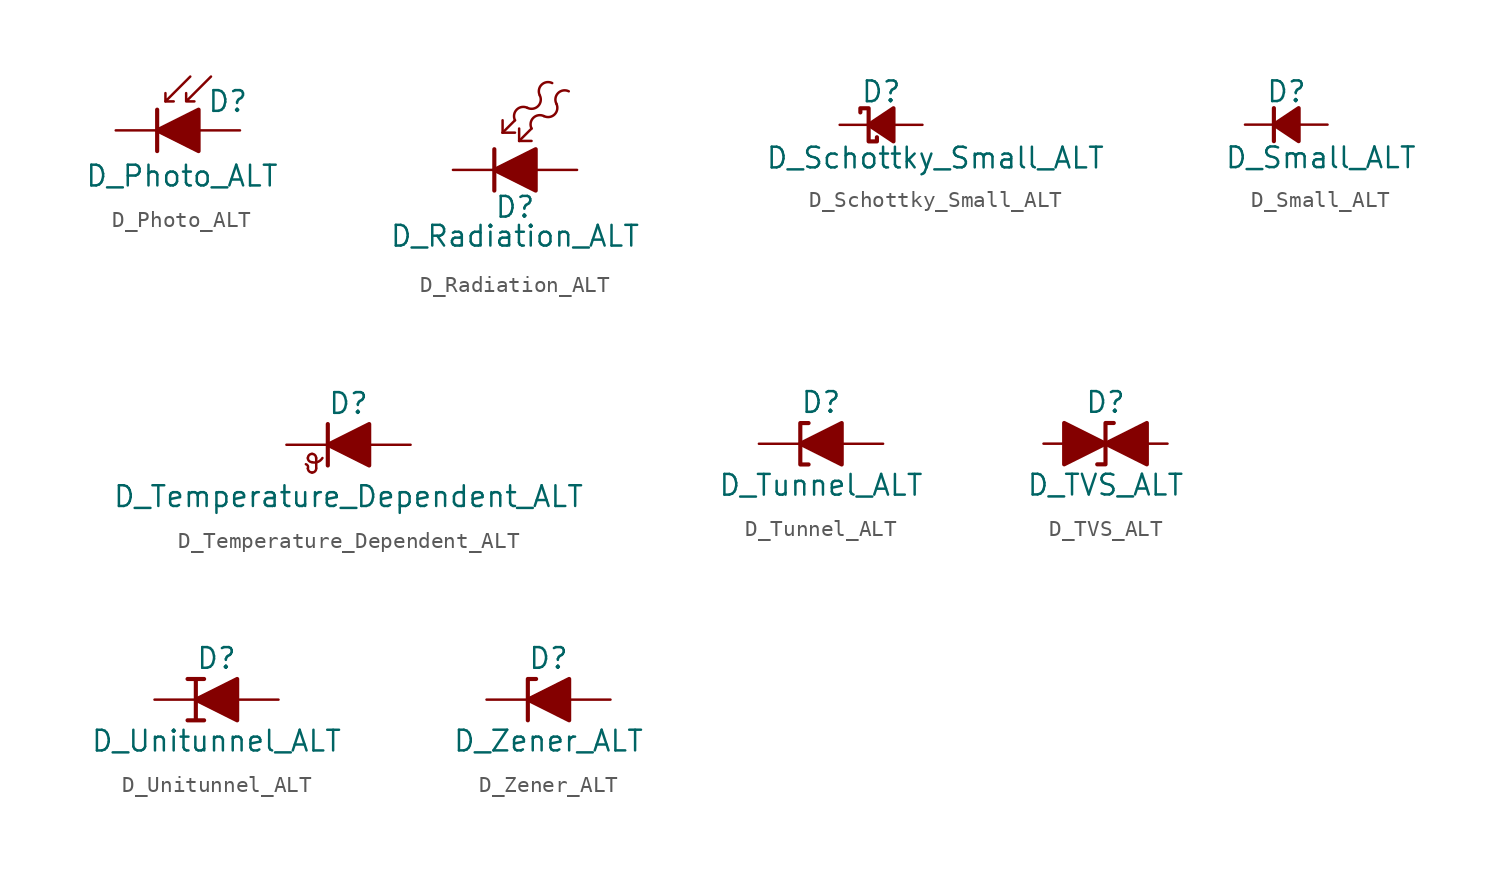
<source format=kicad_sym>
(kicad_symbol_lib
  (version 20211014)
  (generator kicad_symbol_editor)
  (symbol "D_Photo_ALT"
    (pin_numbers hide)
    (pin_names hide)
    (property "Reference" "D"
      (at 0.508 1.778 0)
      (effects (font (size 1.27 1.27)) (justify left)))
    (property "Value" "D_Photo_ALT"
      (at -1.016 -2.794 0)
      (effects (font (size 1.27 1.27))))
    (symbol "D_Photo_ALT_0_1"
      (polyline (pts (xy -2.54 1.27) (xy -2.54 -1.27)) (stroke (width 0.254) (type default) (color 0 0 0 0)) (fill (type none)))
      (polyline (pts (xy -2.032 1.778) (xy -1.524 1.778)) (stroke (width 0) (type default) (color 0 0 0 0)) (fill (type none)))
      (polyline (pts (xy 0 0) (xy -2.54 0)) (stroke (width 0) (type default) (color 0 0 0 0)) (fill (type none)))
      (polyline (pts (xy -0.508 3.302) (xy -2.032 1.778) (xy -2.032 2.286)) (stroke (width 0) (type default) (color 0 0 0 0)) (fill (type none)))
      (polyline (pts (xy 0 -1.27) (xy 0 1.27) (xy -2.54 0) (xy 0 -1.27)) (stroke (width 0.254) (type default) (color 0 0 0 0)) (fill (type outline)))
      (polyline (pts (xy 0.762 3.302) (xy -0.762 1.778) (xy -0.762 2.286) (xy -0.762 1.778) (xy -0.254 1.778)) (stroke (width 0) (type default) (color 0 0 0 0)) (fill (type none))))
    (symbol "D_Photo_ALT_1_1"
      (pin passive line (at -5.08 0 0) (length 2.54) (name "K" (effects (font (size 1.27 1.27)))) (number "1" (effects (font (size 1.27 1.27)))))
      (pin passive line (at 2.54 0 180) (length 2.54) (name "A" (effects (font (size 1.27 1.27)))) (number "2" (effects (font (size 1.27 1.27)))))))
  (symbol "D_Radiation_ALT"
    (pin_numbers hide)
    (pin_names
      (offset 1.016) hide)
    (property "Reference" "D"
      (at -1.27 -2.286 0)
      (effects (font (size 1.27 1.27))))
    (property "Value" "D_Radiation_ALT"
      (at -1.27 -4.064 0)
      (effects (font (size 1.27 1.27))))
    (symbol "D_Radiation_ALT_0_1"
      (arc (start -0.508 3.81) (mid -1.1636 3.7036) (end -1.27 3.048) (stroke (width 0) (type default) (color 0 0 0 0)) (fill (type none)))
      (arc (start -0.508 3.81) (mid 0.1476 3.9164) (end 0.254 4.572) (stroke (width 0) (type default) (color 0 0 0 0)) (fill (type none)))
      (polyline (pts (xy -2.54 1.27) (xy -2.54 -1.27)) (stroke (width 0.254) (type default) (color 0 0 0 0)) (fill (type none)))
      (polyline (pts (xy -2.032 2.286) (xy -1.27 2.286)) (stroke (width 0) (type default) (color 0 0 0 0)) (fill (type none)))
      (polyline (pts (xy -2.032 2.286) (xy -1.27 3.048)) (stroke (width 0) (type default) (color 0 0 0 0)) (fill (type none)))
      (polyline (pts (xy -2.032 3.048) (xy -2.032 2.286)) (stroke (width 0) (type default) (color 0 0 0 0)) (fill (type none)))
      (polyline (pts (xy -1.016 1.778) (xy -0.254 1.778)) (stroke (width 0) (type default) (color 0 0 0 0)) (fill (type none)))
      (polyline (pts (xy -1.016 1.778) (xy -0.254 2.54)) (stroke (width 0) (type default) (color 0 0 0 0)) (fill (type none)))
      (polyline (pts (xy -1.016 2.54) (xy -1.016 1.778)) (stroke (width 0) (type default) (color 0 0 0 0)) (fill (type none)))
      (polyline (pts (xy 0 0) (xy -2.54 0)) (stroke (width 0) (type default) (color 0 0 0 0)) (fill (type none)))
      (polyline (pts (xy 0 1.27) (xy 0 -1.27) (xy -2.54 0) (xy 0 1.27)) (stroke (width 0.254) (type default) (color 0 0 0 0)) (fill (type outline)))
      (arc (start 0.508 3.302) (mid -0.1476 3.1956) (end -0.254 2.54) (stroke (width 0) (type default) (color 0 0 0 0)) (fill (type none)))
      (arc (start 0.508 3.302) (mid 1.1636 3.4084) (end 1.27 4.064) (stroke (width 0) (type default) (color 0 0 0 0)) (fill (type none)))
      (arc (start 1.016 5.334) (mid 0.3604 5.2276) (end 0.254 4.572) (stroke (width 0) (type default) (color 0 0 0 0)) (fill (type none)))
      (arc (start 2.032 4.826) (mid 1.3764 4.7196) (end 1.27 4.064) (stroke (width 0) (type default) (color 0 0 0 0)) (fill (type none))))
    (symbol "D_Radiation_ALT_1_1"
      (pin passive line (at -5.08 0 0) (length 2.54) (name "K" (effects (font (size 1.27 1.27)))) (number "1" (effects (font (size 1.27 1.27)))))
      (pin passive line (at 2.54 0 180) (length 2.54) (name "A" (effects (font (size 1.27 1.27)))) (number "2" (effects (font (size 1.27 1.27)))))))
  (symbol "D_Schottky_Small_ALT"
    (pin_numbers hide)
    (pin_names
      (offset 0.254) hide)
    (property "Reference" "D"
      (at -1.27 2.032 0)
      (effects (font (size 1.27 1.27)) (justify left)))
    (property "Value" "D_Schottky_Small_ALT"
      (at -7.112 -2.032 0)
      (effects (font (size 1.27 1.27)) (justify left)))
    (symbol "D_Schottky_Small_ALT_0_1"
      (polyline (pts (xy -0.762 0) (xy 0.762 0)) (stroke (width 0) (type default) (color 0 0 0 0)) (fill (type none)))
      (polyline (pts (xy 0.762 -1.016) (xy -0.762 0) (xy 0.762 1.016) (xy 0.762 -1.016)) (stroke (width 0.254) (type default) (color 0 0 0 0)) (fill (type outline)))
      (polyline (pts (xy -1.27 0.762) (xy -1.27 1.016) (xy -0.762 1.016) (xy -0.762 -1.016) (xy -0.254 -1.016) (xy -0.254 -0.762)) (stroke (width 0.254) (type default) (color 0 0 0 0)) (fill (type none))))
    (symbol "D_Schottky_Small_ALT_1_1"
      (pin passive line (at -2.54 0 0) (length 1.778) (name "K" (effects (font (size 1.27 1.27)))) (number "1" (effects (font (size 1.27 1.27)))))
      (pin passive line (at 2.54 0 180) (length 1.778) (name "A" (effects (font (size 1.27 1.27)))) (number "2" (effects (font (size 1.27 1.27)))))))
  (symbol "D_Small_ALT"
    (pin_numbers hide)
    (pin_names
      (offset 0.254) hide)
    (property "Reference" "D"
      (at -1.27 2.032 0)
      (effects (font (size 1.27 1.27)) (justify left)))
    (property "Value" "D_Small_ALT"
      (at -3.81 -2.032 0)
      (effects (font (size 1.27 1.27)) (justify left)))
    (symbol "D_Small_ALT_0_1"
      (polyline (pts (xy -0.762 -1.016) (xy -0.762 1.016)) (stroke (width 0.254) (type default) (color 0 0 0 0)) (fill (type none)))
      (polyline (pts (xy -0.762 0) (xy 0.762 0)) (stroke (width 0) (type default) (color 0 0 0 0)) (fill (type none)))
      (polyline (pts (xy 0.762 -1.016) (xy -0.762 0) (xy 0.762 1.016) (xy 0.762 -1.016)) (stroke (width 0.254) (type default) (color 0 0 0 0)) (fill (type outline))))
    (symbol "D_Small_ALT_1_1"
      (pin passive line (at -2.54 0 0) (length 1.778) (name "K" (effects (font (size 1.27 1.27)))) (number "1" (effects (font (size 1.27 1.27)))))
      (pin passive line (at 2.54 0 180) (length 1.778) (name "A" (effects (font (size 1.27 1.27)))) (number "2" (effects (font (size 1.27 1.27)))))))
  (symbol "D_Temperature_Dependent_ALT"
    (pin_numbers hide)
    (pin_names
      (offset 1.016) hide)
    (property "Reference" "D"
      (at 0 2.54 0)
      (effects (font (size 1.27 1.27))))
    (property "Value" "D_Temperature_Dependent_ALT"
      (at 0 -3.175 0)
      (effects (font (size 1.27 1.27))))
    (symbol "D_Temperature_Dependent_ALT_0_1"
      (arc (start -2.4892 -1.4478) (mid -2.4907 -1.2925) (end -2.6162 -1.1938) (stroke (width 0) (type default) (color 0 0 0 0)) (fill (type none)))
      (arc (start -2.4892 -1.4478) (mid -2.4148 -1.6274) (end -2.2352 -1.7018) (stroke (width 0) (type default) (color 0 0 0 0)) (fill (type none)))
      (arc (start -2.4892 -0.8128) (mid -2.4148 -0.9924) (end -2.2352 -1.0668) (stroke (width 0) (type default) (color 0 0 0 0)) (fill (type none)))
      (arc (start -2.2352 -1.7018) (mid -2.0556 -1.6274) (end -1.9812 -1.4478) (stroke (width 0) (type default) (color 0 0 0 0)) (fill (type none)))
      (arc (start -2.2352 -1.0668) (mid -1.8805 -1.0481) (end -1.6002 -0.8128) (stroke (width 0) (type default) (color 0 0 0 0)) (fill (type none)))
      (arc (start -2.2352 -0.5588) (mid -2.4148 -0.6332) (end -2.4892 -0.8128) (stroke (width 0) (type default) (color 0 0 0 0)) (fill (type none)))
      (arc (start -1.9812 -0.8128) (mid -2.0556 -0.6332) (end -2.2352 -0.5588) (stroke (width 0) (type default) (color 0 0 0 0)) (fill (type none)))
      (polyline (pts (xy -1.981 -1.422) (xy -1.981 -0.813)) (stroke (width 0) (type default) (color 0 0 0 0)) (fill (type none)))
      (polyline (pts (xy -1.27 1.27) (xy -1.27 -1.27)) (stroke (width 0.254) (type default) (color 0 0 0 0)) (fill (type none)))
      (polyline (pts (xy 1.27 0) (xy -1.27 0)) (stroke (width 0) (type default) (color 0 0 0 0)) (fill (type none)))
      (polyline (pts (xy 1.27 -1.27) (xy 1.27 1.27) (xy -1.27 0) (xy 1.27 -1.27)) (stroke (width 0.254) (type default) (color 0 0 0 0)) (fill (type outline))))
    (symbol "D_Temperature_Dependent_ALT_1_1"
      (pin passive line (at -3.81 0 0) (length 2.54) (name "K" (effects (font (size 1.27 1.27)))) (number "1" (effects (font (size 1.27 1.27)))))
      (pin passive line (at 3.81 0 180) (length 2.54) (name "A" (effects (font (size 1.27 1.27)))) (number "2" (effects (font (size 1.27 1.27)))))))
  (symbol "D_Tunnel_ALT"
    (pin_numbers hide)
    (pin_names
      (offset 1.016) hide)
    (property "Reference" "D"
      (at 0 2.54 0)
      (effects (font (size 1.27 1.27))))
    (property "Value" "D_Tunnel_ALT"
      (at 0 -2.54 0)
      (effects (font (size 1.27 1.27))))
    (symbol "D_Tunnel_ALT_0_1"
      (polyline (pts (xy 1.27 0) (xy -1.27 0)) (stroke (width 0) (type default) (color 0 0 0 0)) (fill (type none)))
      (polyline (pts (xy -0.762 1.27) (xy -1.27 1.27) (xy -1.27 -1.27) (xy -0.762 -1.27)) (stroke (width 0.254) (type default) (color 0 0 0 0)) (fill (type none)))
      (polyline (pts (xy 1.27 -1.27) (xy 1.27 1.27) (xy -1.27 0) (xy 1.27 -1.27)) (stroke (width 0.254) (type default) (color 0 0 0 0)) (fill (type outline))))
    (symbol "D_Tunnel_ALT_1_1"
      (pin passive line (at -3.81 0 0) (length 2.54) (name "K" (effects (font (size 1.27 1.27)))) (number "1" (effects (font (size 1.27 1.27)))))
      (pin passive line (at 3.81 0 180) (length 2.54) (name "A" (effects (font (size 1.27 1.27)))) (number "2" (effects (font (size 1.27 1.27)))))))
  (symbol "D_TVS_ALT"
    (pin_numbers hide)
    (pin_names
      (offset 1.016) hide)
    (property "Reference" "D"
      (at 0 2.54 0)
      (effects (font (size 1.27 1.27))))
    (property "Value" "D_TVS_ALT"
      (at 0 -2.54 0)
      (effects (font (size 1.27 1.27))))
    (symbol "D_TVS_ALT_0_1"
      (polyline (pts (xy 1.27 0) (xy -1.27 0)) (stroke (width 0) (type default) (color 0 0 0 0)) (fill (type none)))
      (polyline (pts (xy -2.54 -1.27) (xy 0 0) (xy -2.54 1.27) (xy -2.54 -1.27)) (stroke (width 0.254) (type default) (color 0 0 0 0)) (fill (type outline)))
      (polyline (pts (xy 0.508 1.27) (xy 0 1.27) (xy 0 -1.27) (xy -0.508 -1.27)) (stroke (width 0.254) (type default) (color 0 0 0 0)) (fill (type none)))
      (polyline (pts (xy 2.54 1.27) (xy 2.54 -1.27) (xy 0 0) (xy 2.54 1.27)) (stroke (width 0.254) (type default) (color 0 0 0 0)) (fill (type outline))))
    (symbol "D_TVS_ALT_1_1"
      (pin passive line (at -3.81 0 0) (length 2.54) (name "A1" (effects (font (size 1.27 1.27)))) (number "1" (effects (font (size 1.27 1.27)))))
      (pin passive line (at 3.81 0 180) (length 2.54) (name "A2" (effects (font (size 1.27 1.27)))) (number "2" (effects (font (size 1.27 1.27)))))))
  (symbol "D_Unitunnel_ALT"
    (pin_numbers hide)
    (pin_names
      (offset 1.016) hide)
    (property "Reference" "D"
      (at 0 2.54 0)
      (effects (font (size 1.27 1.27))))
    (property "Value" "D_Unitunnel_ALT"
      (at 0 -2.54 0)
      (effects (font (size 1.27 1.27))))
    (symbol "D_Unitunnel_ALT_0_1"
      (polyline (pts (xy 1.27 0) (xy -1.27 0)) (stroke (width 0) (type default) (color 0 0 0 0)) (fill (type none)))
      (polyline (pts (xy 1.27 -1.27) (xy 1.27 1.27) (xy -1.27 0) (xy 1.27 -1.27)) (stroke (width 0.254) (type default) (color 0 0 0 0)) (fill (type outline)))
      (polyline (pts (xy -1.778 -1.27) (xy -0.762 -1.27) (xy -1.27 -1.27) (xy -1.27 1.27) (xy -0.762 1.27) (xy -1.778 1.27)) (stroke (width 0.254) (type default) (color 0 0 0 0)) (fill (type none))))
    (symbol "D_Unitunnel_ALT_1_1"
      (pin passive line (at -3.81 0 0) (length 2.54) (name "K" (effects (font (size 1.27 1.27)))) (number "1" (effects (font (size 1.27 1.27)))))
      (pin passive line (at 3.81 0 180) (length 2.54) (name "A" (effects (font (size 1.27 1.27)))) (number "2" (effects (font (size 1.27 1.27)))))))
  (symbol "D_Zener_ALT"
    (pin_numbers hide)
    (pin_names
      (offset 1.016) hide)
    (property "Reference" "D"
      (at 0 2.54 0)
      (effects (font (size 1.27 1.27))))
    (property "Value" "D_Zener_ALT"
      (at 0 -2.54 0)
      (effects (font (size 1.27 1.27))))
    (symbol "D_Zener_ALT_0_1"
      (polyline (pts (xy 1.27 0) (xy -1.27 0)) (stroke (width 0) (type default) (color 0 0 0 0)) (fill (type none)))
      (polyline (pts (xy -1.27 -1.27) (xy -1.27 1.27) (xy -0.762 1.27)) (stroke (width 0.254) (type default) (color 0 0 0 0)) (fill (type none)))
      (polyline (pts (xy 1.27 -1.27) (xy 1.27 1.27) (xy -1.27 0) (xy 1.27 -1.27)) (stroke (width 0.254) (type default) (color 0 0 0 0)) (fill (type outline))))
    (symbol "D_Zener_ALT_1_1"
      (pin passive line (at -3.81 0 0) (length 2.54) (name "K" (effects (font (size 1.27 1.27)))) (number "1" (effects (font (size 1.27 1.27)))))
      (pin passive line (at 3.81 0 180) (length 2.54) (name "A" (effects (font (size 1.27 1.27)))) (number "2" (effects (font (size 1.27 1.27))))))))
</source>
